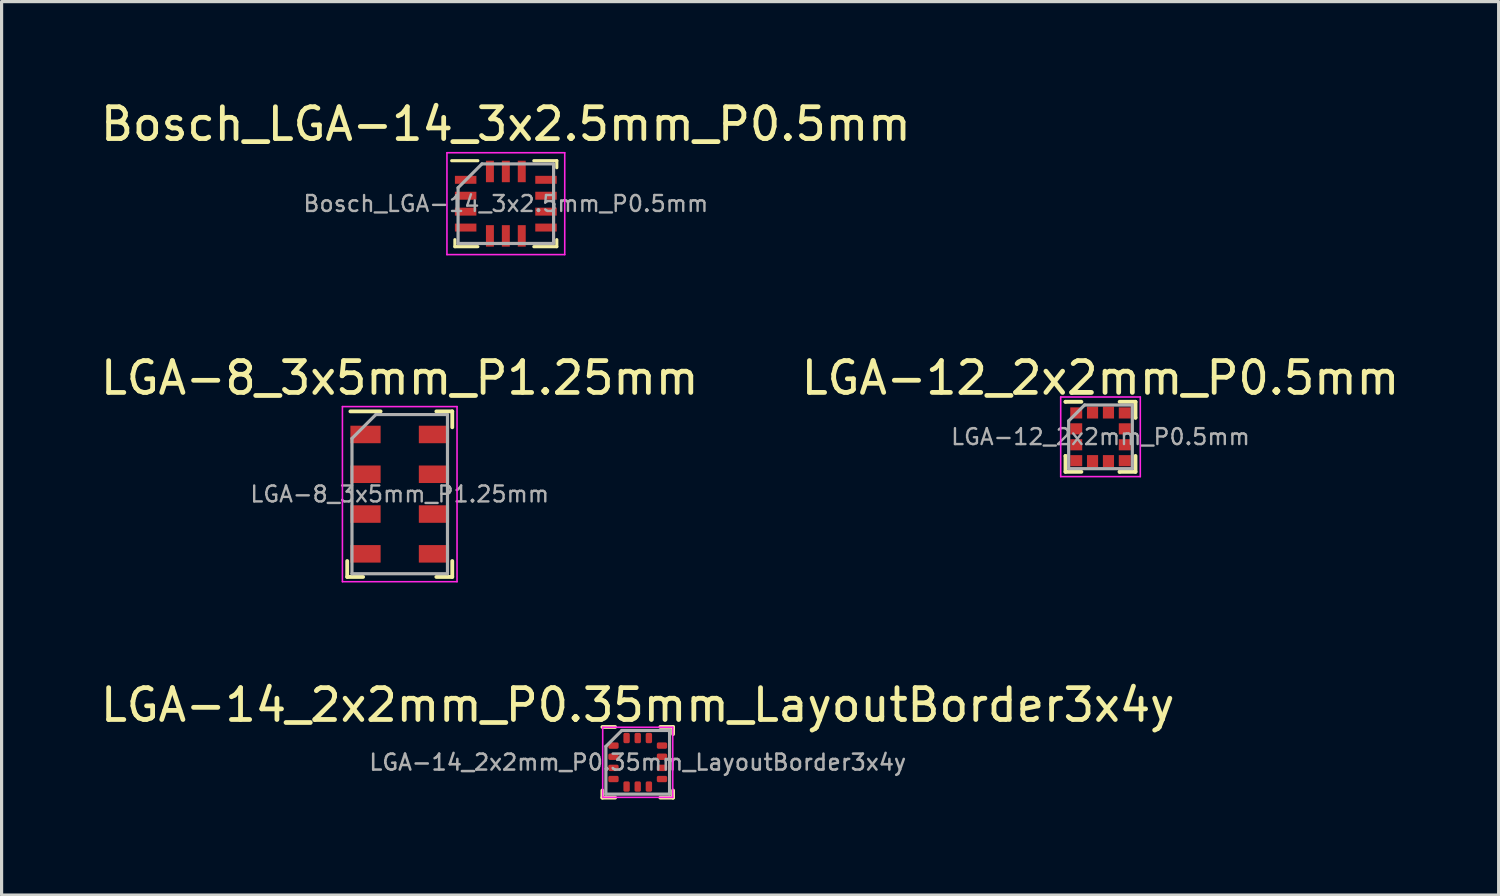
<source format=kicad_pcb>
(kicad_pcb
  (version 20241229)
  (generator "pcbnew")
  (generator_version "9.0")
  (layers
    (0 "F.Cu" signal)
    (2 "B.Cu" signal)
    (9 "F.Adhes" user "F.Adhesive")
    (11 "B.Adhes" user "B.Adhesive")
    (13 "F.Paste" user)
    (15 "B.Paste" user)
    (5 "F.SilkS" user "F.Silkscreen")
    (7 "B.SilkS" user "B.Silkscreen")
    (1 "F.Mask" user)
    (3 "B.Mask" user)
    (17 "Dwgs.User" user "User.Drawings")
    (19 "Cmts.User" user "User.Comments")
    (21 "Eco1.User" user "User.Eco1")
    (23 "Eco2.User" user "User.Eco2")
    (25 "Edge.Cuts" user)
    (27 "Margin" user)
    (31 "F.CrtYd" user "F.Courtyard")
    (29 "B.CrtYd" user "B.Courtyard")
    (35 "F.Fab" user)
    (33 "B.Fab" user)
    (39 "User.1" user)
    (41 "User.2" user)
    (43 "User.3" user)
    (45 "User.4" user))
  (footprint "LGA-8_3x5mm_P1.25mm"
    (layer "F.Cu")
    (at 9.506 12.472)
    (property "Reference" "LGA-8_3x5mm_P1.25mm" (at 0 -3.65 0) (layer "F.SilkS") (effects (font (size 1 1) (thickness 0.15))))
    (attr smd)
    (fp_line (start -1.65 2.6) (end -1.65 2.1) (stroke (width 0.12) (type solid)) (layer "F.SilkS"))
    (fp_line (start -1.55 -2.6) (end -0.6 -2.6) (stroke (width 0.12) (type solid)) (layer "F.SilkS"))
    (fp_line (start -1.15 2.6) (end -1.65 2.6) (stroke (width 0.12) (type solid)) (layer "F.SilkS"))
    (fp_line (start 1.15 -2.6) (end 1.65 -2.6) (stroke (width 0.12) (type solid)) (layer "F.SilkS"))
    (fp_line (start 1.65 -2.6) (end 1.65 -2.1) (stroke (width 0.12) (type solid)) (layer "F.SilkS"))
    (fp_line (start 1.65 2.1) (end 1.65 2.6) (stroke (width 0.12) (type solid)) (layer "F.SilkS"))
    (fp_line (start 1.65 2.6) (end 1.15 2.6) (stroke (width 0.12) (type solid)) (layer "F.SilkS"))
    (fp_line (start -1.8 -2.75) (end -1.8 2.75) (stroke (width 0.05) (type solid)) (layer "F.CrtYd"))
    (fp_line (start -1.8 -2.75) (end 1.8 -2.75) (stroke (width 0.05) (type solid)) (layer "F.CrtYd"))
    (fp_line (start 1.8 2.75) (end -1.8 2.75) (stroke (width 0.05) (type solid)) (layer "F.CrtYd"))
    (fp_line (start 1.8 2.75) (end 1.8 -2.75) (stroke (width 0.05) (type solid)) (layer "F.CrtYd"))
    (fp_line (start -1.5 -1.75) (end -0.75 -2.5) (stroke (width 0.1) (type solid)) (layer "F.Fab"))
    (fp_line (start -1.5 2.5) (end -1.5 -1.75) (stroke (width 0.1) (type solid)) (layer "F.Fab"))
    (fp_line (start -0.75 -2.5) (end 1.5 -2.5) (stroke (width 0.1) (type solid)) (layer "F.Fab"))
    (fp_line (start 1.5 -2.5) (end 1.5 2.5) (stroke (width 0.1) (type solid)) (layer "F.Fab"))
    (fp_line (start 1.5 2.5) (end -1.5 2.5) (stroke (width 0.1) (type solid)) (layer "F.Fab"))
    (fp_text user "${REFERENCE}" (at 0 0 0) (layer "F.Fab") (effects (font (size 0.5 0.5) (thickness 0.075))))
    (pad "1" smd rect (at -1.075 -1.875) (size 0.95 0.55) (layers "F.Cu" "F.Mask" "F.Paste"))
    (pad "2" smd rect (at -1.075 -0.625) (size 0.95 0.55) (layers "F.Cu" "F.Mask" "F.Paste"))
    (pad "3" smd rect (at -1.075 0.625) (size 0.95 0.55) (layers "F.Cu" "F.Mask" "F.Paste"))
    (pad "4" smd rect (at -1.075 1.875) (size 0.95 0.55) (layers "F.Cu" "F.Mask" "F.Paste"))
    (pad "5" smd rect (at 1.075 1.875) (size 0.95 0.55) (layers "F.Cu" "F.Mask" "F.Paste"))
    (pad "6" smd rect (at 1.075 0.625) (size 0.95 0.55) (layers "F.Cu" "F.Mask" "F.Paste"))
    (pad "7" smd rect (at 1.075 -0.625) (size 0.95 0.55) (layers "F.Cu" "F.Mask" "F.Paste"))
    (pad "8" smd rect (at 1.075 -1.875) (size 0.95 0.55) (layers "F.Cu" "F.Mask" "F.Paste")))
  (footprint "Bosch_LGA-14_3x2.5mm_P0.5mm"
    (layer "F.Cu")
    (at 12.839 3.348)
    (property "Reference" "Bosch_LGA-14_3x2.5mm_P0.5mm" (at 0 -2.5 0) (layer "F.SilkS") (effects (font (size 1 1) (thickness 0.15))))
    (attr smd)
    (fp_line (start -1.7 -1.35) (end -0.88 -1.35) (stroke (width 0.1) (type solid)) (layer "F.SilkS"))
    (fp_line (start -1.6 1.35) (end -1.6 1.13) (stroke (width 0.1) (type solid)) (layer "F.SilkS"))
    (fp_line (start -1.6 1.35) (end -0.88 1.35) (stroke (width 0.1) (type solid)) (layer "F.SilkS"))
    (fp_line (start 0.88 -1.35) (end 1.6 -1.35) (stroke (width 0.1) (type solid)) (layer "F.SilkS"))
    (fp_line (start 1.6 -1.35) (end 1.6 -1.13) (stroke (width 0.1) (type solid)) (layer "F.SilkS"))
    (fp_line (start 1.6 1.13) (end 1.6 1.35) (stroke (width 0.1) (type solid)) (layer "F.SilkS"))
    (fp_line (start 1.6 1.35) (end 0.88 1.35) (stroke (width 0.1) (type solid)) (layer "F.SilkS"))
    (fp_line (start -1.85 -1.6) (end 1.85 -1.6) (stroke (width 0.05) (type solid)) (layer "F.CrtYd"))
    (fp_line (start -1.85 1.6) (end -1.85 -1.6) (stroke (width 0.05) (type solid)) (layer "F.CrtYd"))
    (fp_line (start 1.85 -1.6) (end 1.85 1.6) (stroke (width 0.05) (type solid)) (layer "F.CrtYd"))
    (fp_line (start 1.85 1.6) (end -1.85 1.6) (stroke (width 0.05) (type solid)) (layer "F.CrtYd"))
    (fp_line (start -1.5 1.25) (end -1.5 -0.5) (stroke (width 0.1) (type solid)) (layer "F.Fab"))
    (fp_line (start -0.75 -1.25) (end -1.5 -0.5) (stroke (width 0.1) (type solid)) (layer "F.Fab"))
    (fp_line (start -0.75 -1.25) (end 1.5 -1.25) (stroke (width 0.1) (type solid)) (layer "F.Fab"))
    (fp_line (start 1.5 -1.25) (end 1.5 1.25) (stroke (width 0.1) (type solid)) (layer "F.Fab"))
    (fp_line (start 1.5 1.25) (end -1.5 1.25) (stroke (width 0.1) (type solid)) (layer "F.Fab"))
    (fp_text user "${REFERENCE}" (at 0 0 0) (layer "F.Fab") (effects (font (size 0.5 0.5) (thickness 0.075))))
    (pad "1" smd rect (at -1.262 -0.75) (size 0.675 0.25) (layers "F.Cu" "F.Mask" "F.Paste"))
    (pad "2" smd rect (at -1.262 -0.25) (size 0.675 0.25) (layers "F.Cu" "F.Mask" "F.Paste"))
    (pad "3" smd rect (at -1.262 0.25) (size 0.675 0.25) (layers "F.Cu" "F.Mask" "F.Paste"))
    (pad "4" smd rect (at -1.262 0.75) (size 0.675 0.25) (layers "F.Cu" "F.Mask" "F.Paste"))
    (pad "5" smd rect (at -0.5 1.012) (size 0.25 0.675) (layers "F.Cu" "F.Mask" "F.Paste"))
    (pad "6" smd rect (at 0 1.012) (size 0.25 0.675) (layers "F.Cu" "F.Mask" "F.Paste"))
    (pad "7" smd rect (at 0.5 1.012) (size 0.25 0.675) (layers "F.Cu" "F.Mask" "F.Paste"))
    (pad "8" smd rect (at 1.262 0.75) (size 0.675 0.25) (layers "F.Cu" "F.Mask" "F.Paste"))
    (pad "9" smd rect (at 1.262 0.25) (size 0.675 0.25) (layers "F.Cu" "F.Mask" "F.Paste"))
    (pad "10" smd rect (at 1.262 -0.25) (size 0.675 0.25) (layers "F.Cu" "F.Mask" "F.Paste"))
    (pad "11" smd rect (at 1.262 -0.75) (size 0.675 0.25) (layers "F.Cu" "F.Mask" "F.Paste"))
    (pad "12" smd rect (at 0.5 -1.012) (size 0.25 0.675) (layers "F.Cu" "F.Mask" "F.Paste"))
    (pad "13" smd rect (at 0 -1.012) (size 0.25 0.675) (layers "F.Cu" "F.Mask" "F.Paste"))
    (pad "14" smd rect (at -0.5 -1.012) (size 0.25 0.675) (layers "F.Cu" "F.Mask" "F.Paste")))
  (footprint "LGA-12_2x2mm_P0.5mm"
    (layer "F.Cu")
    (at 31.518 10.671)
    (property "Reference" "LGA-12_2x2mm_P0.5mm" (at 0 -1.85 0) (layer "F.SilkS") (effects (font (size 1 1) (thickness 0.15))))
    (attr smd)
    (fp_line (start -1.1 -1.1) (end -1.1 -1.1) (stroke (width 0.12) (type solid)) (layer "F.SilkS"))
    (fp_line (start -1.1 0.6) (end -1.1 0.6) (stroke (width 0.12) (type solid)) (layer "F.SilkS"))
    (fp_line (start -1.1 1.1) (end -1.1 0.6) (stroke (width 0.12) (type solid)) (layer "F.SilkS"))
    (fp_line (start -0.6 -1.1) (end -1.1 -1.1) (stroke (width 0.12) (type solid)) (layer "F.SilkS"))
    (fp_line (start -0.6 1.1) (end -1.1 1.1) (stroke (width 0.12) (type solid)) (layer "F.SilkS"))
    (fp_line (start 0.6 -1.1) (end 1.1 -1.1) (stroke (width 0.12) (type solid)) (layer "F.SilkS"))
    (fp_line (start 0.6 1.1) (end 0.6 1.1) (stroke (width 0.12) (type solid)) (layer "F.SilkS"))
    (fp_line (start 1.1 -1.1) (end 1.1 -0.6) (stroke (width 0.12) (type solid)) (layer "F.SilkS"))
    (fp_line (start 1.1 -0.6) (end 1.1 -0.6) (stroke (width 0.12) (type solid)) (layer "F.SilkS"))
    (fp_line (start 1.1 0.6) (end 1.1 1.1) (stroke (width 0.12) (type solid)) (layer "F.SilkS"))
    (fp_line (start 1.1 1.1) (end 0.6 1.1) (stroke (width 0.12) (type solid)) (layer "F.SilkS"))
    (fp_line (start -1.25 -1.25) (end 1.25 -1.25) (stroke (width 0.05) (type solid)) (layer "F.CrtYd"))
    (fp_line (start -1.25 1.25) (end -1.25 -1.25) (stroke (width 0.05) (type solid)) (layer "F.CrtYd"))
    (fp_line (start 1.25 -1.25) (end 1.25 1.25) (stroke (width 0.05) (type solid)) (layer "F.CrtYd"))
    (fp_line (start 1.25 1.25) (end -1.25 1.25) (stroke (width 0.05) (type solid)) (layer "F.CrtYd"))
    (fp_line (start -1 -0.5) (end -0.5 -1) (stroke (width 0.1) (type solid)) (layer "F.Fab"))
    (fp_line (start -1 1) (end -1 -0.5) (stroke (width 0.1) (type solid)) (layer "F.Fab"))
    (fp_line (start -0.5 -1) (end 1 -1) (stroke (width 0.1) (type solid)) (layer "F.Fab"))
    (fp_line (start 1 -1) (end 1 1) (stroke (width 0.1) (type solid)) (layer "F.Fab"))
    (fp_line (start 1 1) (end -1 1) (stroke (width 0.1) (type solid)) (layer "F.Fab"))
    (fp_text user "${REFERENCE}" (at 0 0 0) (layer "F.Fab") (effects (font (size 0.5 0.5) (thickness 0.075))))
    (pad "1" smd rect (at -0.762 -0.75) (size 0.375 0.35) (layers "F.Cu" "F.Mask" "F.Paste"))
    (pad "2" smd rect (at -0.762 -0.25) (size 0.375 0.35) (layers "F.Cu" "F.Mask" "F.Paste"))
    (pad "3" smd rect (at -0.762 0.25) (size 0.375 0.35) (layers "F.Cu" "F.Mask" "F.Paste"))
    (pad "4" smd rect (at -0.762 0.75) (size 0.375 0.35) (layers "F.Cu" "F.Mask" "F.Paste"))
    (pad "5" smd rect (at -0.25 0.762 90) (size 0.375 0.35) (layers "F.Cu" "F.Mask" "F.Paste"))
    (pad "6" smd rect (at 0.25 0.762 90) (size 0.375 0.35) (layers "F.Cu" "F.Mask" "F.Paste"))
    (pad "7" smd rect (at 0.762 0.75) (size 0.375 0.35) (layers "F.Cu" "F.Mask" "F.Paste"))
    (pad "8" smd rect (at 0.762 0.25) (size 0.375 0.35) (layers "F.Cu" "F.Mask" "F.Paste"))
    (pad "9" smd rect (at 0.762 -0.25) (size 0.375 0.35) (layers "F.Cu" "F.Mask" "F.Paste"))
    (pad "10" smd rect (at 0.762 -0.75) (size 0.375 0.35) (layers "F.Cu" "F.Mask" "F.Paste"))
    (pad "11" smd rect (at 0.25 -0.762 90) (size 0.375 0.35) (layers "F.Cu" "F.Mask" "F.Paste"))
    (pad "12" smd rect (at -0.25 -0.762 90) (size 0.375 0.35) (layers "F.Cu" "F.Mask" "F.Paste")))
  (footprint "LGA-14_2x2mm_P0.35mm_LayoutBorder3x4y"
    (layer "F.Cu")
    (at 16.982 20.895)
    (property "Reference" "LGA-14_2x2mm_P0.35mm_LayoutBorder3x4y" (at 0 -1.8 0) (layer "F.SilkS") (effects (font (size 1 1) (thickness 0.15))))
    (attr smd)
    (fp_line (start -1.11 1.11) (end -1.11 0.885) (stroke (width 0.12) (type solid)) (layer "F.SilkS"))
    (fp_line (start -0.71 -1.11) (end -1.11 -1.11) (stroke (width 0.12) (type solid)) (layer "F.SilkS"))
    (fp_line (start -0.71 1.11) (end -1.11 1.11) (stroke (width 0.12) (type solid)) (layer "F.SilkS"))
    (fp_line (start 0.71 -1.11) (end 1.11 -1.11) (stroke (width 0.12) (type solid)) (layer "F.SilkS"))
    (fp_line (start 0.71 1.11) (end 1.11 1.11) (stroke (width 0.12) (type solid)) (layer "F.SilkS"))
    (fp_line (start 1.11 -1.11) (end 1.11 -0.885) (stroke (width 0.12) (type solid)) (layer "F.SilkS"))
    (fp_line (start 1.11 1.11) (end 1.11 0.885) (stroke (width 0.12) (type solid)) (layer "F.SilkS"))
    (fp_line (start -1.1 -1.1) (end -1.1 1.1) (stroke (width 0.05) (type solid)) (layer "F.CrtYd"))
    (fp_line (start -1.1 1.1) (end 1.1 1.1) (stroke (width 0.05) (type solid)) (layer "F.CrtYd"))
    (fp_line (start 1.1 -1.1) (end -1.1 -1.1) (stroke (width 0.05) (type solid)) (layer "F.CrtYd"))
    (fp_line (start 1.1 1.1) (end 1.1 -1.1) (stroke (width 0.05) (type solid)) (layer "F.CrtYd"))
    (fp_line (start -1 -0.5) (end -0.5 -1) (stroke (width 0.1) (type solid)) (layer "F.Fab"))
    (fp_line (start -1 1) (end -1 -0.5) (stroke (width 0.1) (type solid)) (layer "F.Fab"))
    (fp_line (start -0.5 -1) (end 1 -1) (stroke (width 0.1) (type solid)) (layer "F.Fab"))
    (fp_line (start 1 -1) (end 1 1) (stroke (width 0.1) (type solid)) (layer "F.Fab"))
    (fp_line (start 1 1) (end -1 1) (stroke (width 0.1) (type solid)) (layer "F.Fab"))
    (fp_text user "${REFERENCE}" (at 0 0 0) (layer "F.Fab") (effects (font (size 0.5 0.5) (thickness 0.08))))
    (pad "1" smd roundrect (at -0.762 -0.525) (size 0.325 0.2) (layers "F.Cu" "F.Mask" "F.Paste") (roundrect_rratio 0.25))
    (pad "2" smd roundrect (at -0.762 -0.175) (size 0.325 0.2) (layers "F.Cu" "F.Mask" "F.Paste") (roundrect_rratio 0.25))
    (pad "3" smd roundrect (at -0.762 0.175) (size 0.325 0.2) (layers "F.Cu" "F.Mask" "F.Paste") (roundrect_rratio 0.25))
    (pad "4" smd roundrect (at -0.762 0.525) (size 0.325 0.2) (layers "F.Cu" "F.Mask" "F.Paste") (roundrect_rratio 0.25))
    (pad "5" smd roundrect (at -0.35 0.762) (size 0.2 0.325) (layers "F.Cu" "F.Mask" "F.Paste") (roundrect_rratio 0.25))
    (pad "6" smd roundrect (at 0 0.762) (size 0.2 0.325) (layers "F.Cu" "F.Mask" "F.Paste") (roundrect_rratio 0.25))
    (pad "7" smd roundrect (at 0.35 0.762) (size 0.2 0.325) (layers "F.Cu" "F.Mask" "F.Paste") (roundrect_rratio 0.25))
    (pad "8" smd roundrect (at 0.762 0.525) (size 0.325 0.2) (layers "F.Cu" "F.Mask" "F.Paste") (roundrect_rratio 0.25))
    (pad "9" smd roundrect (at 0.762 0.175) (size 0.325 0.2) (layers "F.Cu" "F.Mask" "F.Paste") (roundrect_rratio 0.25))
    (pad "10" smd roundrect (at 0.762 -0.175) (size 0.325 0.2) (layers "F.Cu" "F.Mask" "F.Paste") (roundrect_rratio 0.25))
    (pad "11" smd roundrect (at 0.762 -0.525) (size 0.325 0.2) (layers "F.Cu" "F.Mask" "F.Paste") (roundrect_rratio 0.25))
    (pad "12" smd roundrect (at 0.35 -0.762) (size 0.2 0.325) (layers "F.Cu" "F.Mask" "F.Paste") (roundrect_rratio 0.25))
    (pad "13" smd roundrect (at 0 -0.762) (size 0.2 0.325) (layers "F.Cu" "F.Mask" "F.Paste") (roundrect_rratio 0.25))
    (pad "14" smd roundrect (at -0.35 -0.762) (size 0.2 0.325) (layers "F.Cu" "F.Mask" "F.Paste") (roundrect_rratio 0.25)))
  (gr_rect
    (start -3 -3)
    (end 44.024 25.065)
    (stroke (width 0.1) (type default))
    (fill no)
    (layer "Edge.Cuts")))
</source>
